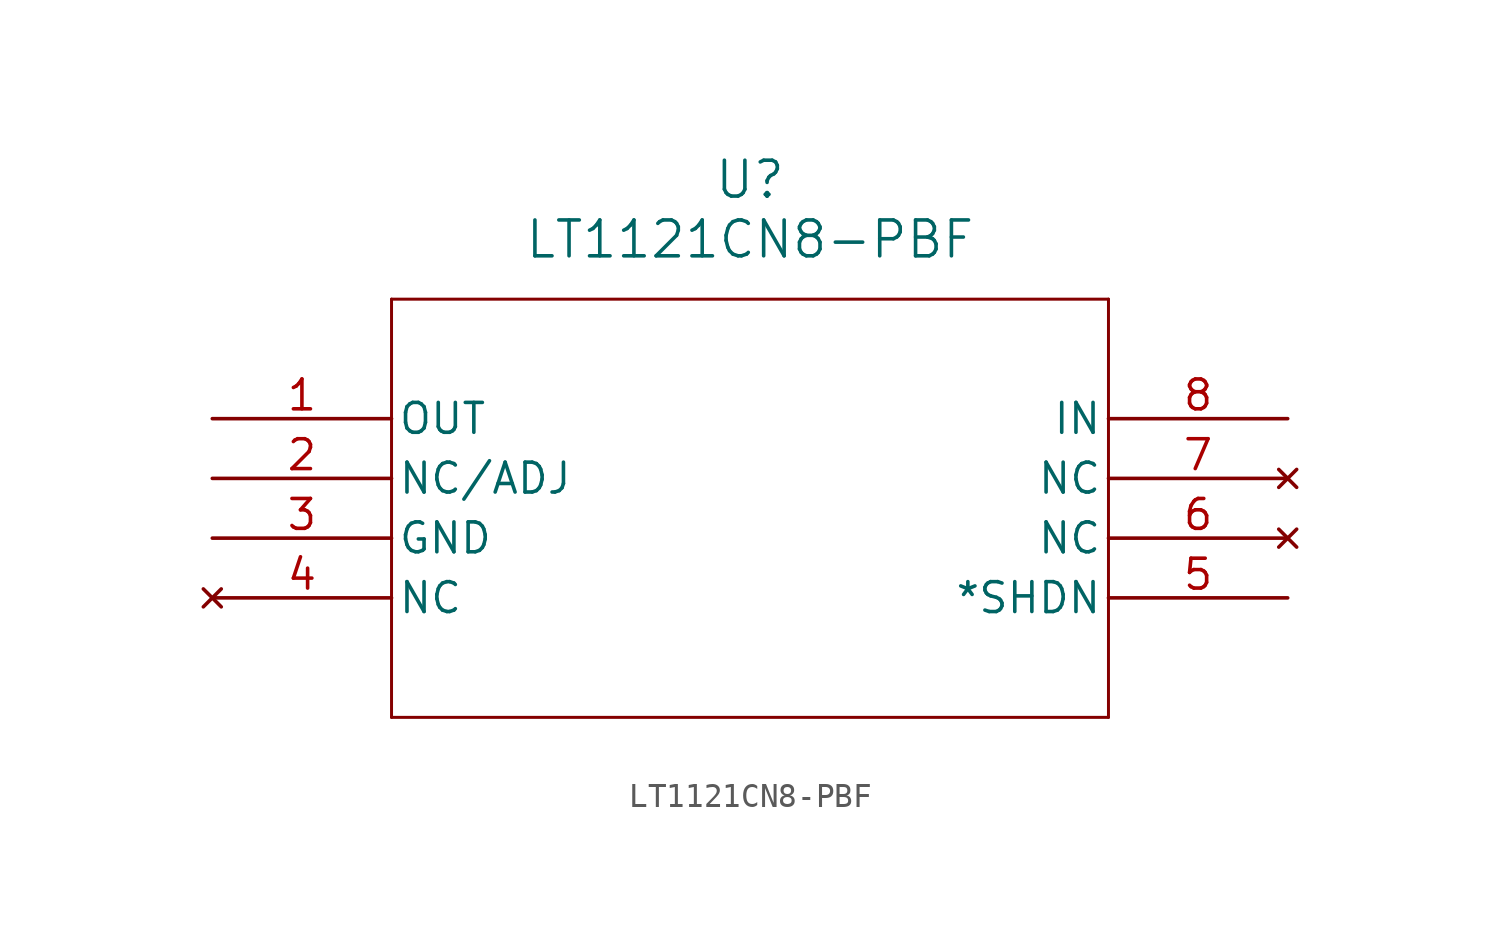
<source format=kicad_sym>
(kicad_symbol_lib
  (version 20211014)
  (generator kicad_symbol_editor)
  (symbol "LT1121CN8-PBF"
    (pin_names
      (offset 0.254))
    (property "Reference" "U"
      (at 22.86 10.16 0)
      (effects (font (size 1.524 1.524))))
    (property "Value" "LT1121CN8-PBF"
      (at 22.86 7.62 0)
      (effects (font (size 1.524 1.524))))
    (symbol "LT1121CN8-PBF_0_1"
      (polyline (pts (xy 7.62 5.08) (xy 7.62 -12.7)) (stroke (width 0.127) (type default) (color 0 0 0 0)) (fill (type none)))
      (polyline (pts (xy 7.62 -12.7) (xy 38.1 -12.7)) (stroke (width 0.127) (type default) (color 0 0 0 0)) (fill (type none)))
      (polyline (pts (xy 38.1 -12.7) (xy 38.1 5.08)) (stroke (width 0.127) (type default) (color 0 0 0 0)) (fill (type none)))
      (polyline (pts (xy 38.1 5.08) (xy 7.62 5.08)) (stroke (width 0.127) (type default) (color 0 0 0 0)) (fill (type none)))
      (pin output line (at 0 0 0) (length 7.62) (name "OUT" (effects (font (size 1.27 1.27)))) (number "1" (effects (font (size 1.27 1.27)))))
      (pin bidirectional line (at 0 -2.54 0) (length 7.62) (name "NC/ADJ" (effects (font (size 1.27 1.27)))) (number "2" (effects (font (size 1.27 1.27)))))
      (pin power_in line (at 0 -5.08 0) (length 7.62) (name "GND" (effects (font (size 1.27 1.27)))) (number "3" (effects (font (size 1.27 1.27)))))
      (pin no_connect line (at 0 -7.62 0) (length 7.62) (name "NC" (effects (font (size 1.27 1.27)))) (number "4" (effects (font (size 1.27 1.27)))))
      (pin unspecified line (at 45.72 -7.62 180) (length 7.62) (name "*SHDN" (effects (font (size 1.27 1.27)))) (number "5" (effects (font (size 1.27 1.27)))))
      (pin no_connect line (at 45.72 -5.08 180) (length 7.62) (name "NC" (effects (font (size 1.27 1.27)))) (number "6" (effects (font (size 1.27 1.27)))))
      (pin no_connect line (at 45.72 -2.54 180) (length 7.62) (name "NC" (effects (font (size 1.27 1.27)))) (number "7" (effects (font (size 1.27 1.27)))))
      (pin input line (at 45.72 0 180) (length 7.62) (name "IN" (effects (font (size 1.27 1.27)))) (number "8" (effects (font (size 1.27 1.27))))))))
</source>
